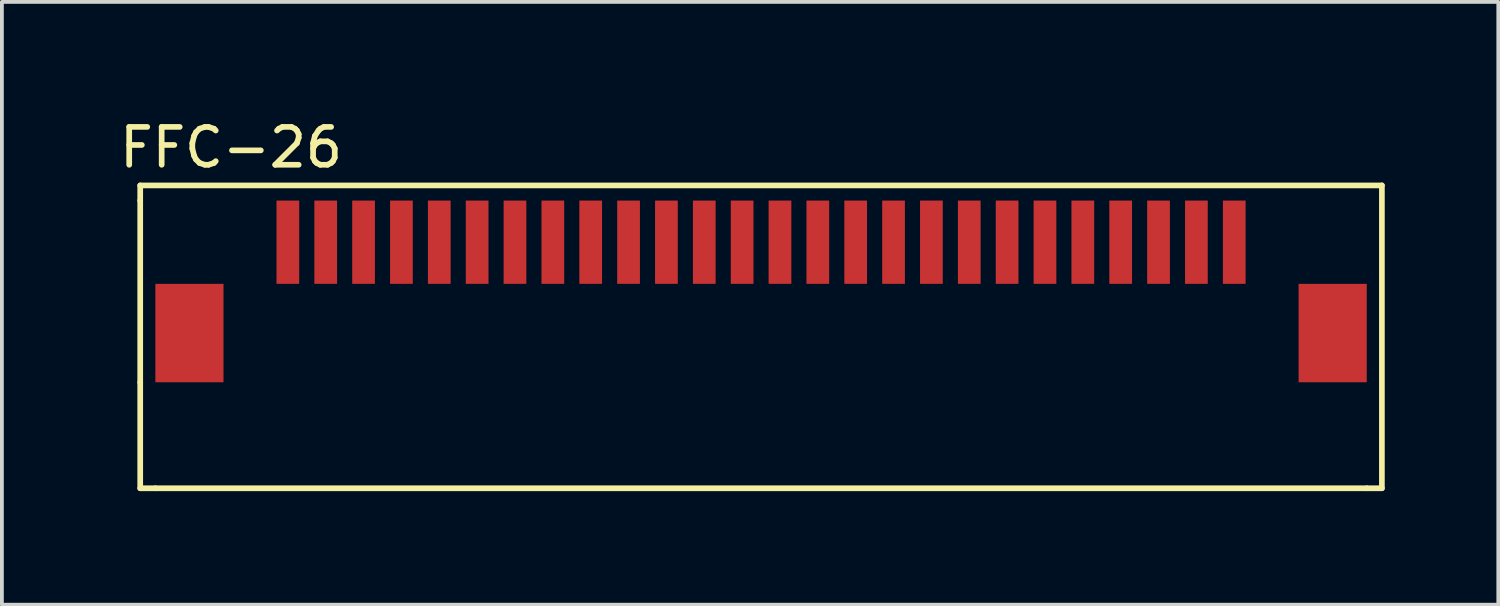
<source format=kicad_pcb>
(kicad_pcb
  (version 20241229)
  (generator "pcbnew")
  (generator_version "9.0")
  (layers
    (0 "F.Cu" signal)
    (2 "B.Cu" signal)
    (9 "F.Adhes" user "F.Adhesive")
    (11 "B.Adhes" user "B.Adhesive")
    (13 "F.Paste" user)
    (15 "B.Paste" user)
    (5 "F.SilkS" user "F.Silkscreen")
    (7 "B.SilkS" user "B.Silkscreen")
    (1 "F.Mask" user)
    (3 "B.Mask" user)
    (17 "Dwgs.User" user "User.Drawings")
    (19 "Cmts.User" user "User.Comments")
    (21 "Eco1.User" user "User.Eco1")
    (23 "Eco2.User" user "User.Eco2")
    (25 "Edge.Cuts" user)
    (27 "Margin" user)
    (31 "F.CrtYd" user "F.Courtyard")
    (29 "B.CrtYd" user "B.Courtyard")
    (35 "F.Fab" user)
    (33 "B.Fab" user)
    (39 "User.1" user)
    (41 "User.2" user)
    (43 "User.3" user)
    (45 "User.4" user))
  (footprint "FFC-26"
    (layer "F.Cu")
    (at 17.054 5.848)
    (property "Reference" "FFC-26" (at -14 -5 0) (layer "F.SilkS") (effects (font (size 1 1) (thickness 0.15))))
    (attr through_hole)
    (fp_line (start -16.4 -4) (end 16.4 -4) (stroke (width 0.15) (type solid)) (layer "F.SilkS"))
    (fp_line (start -16.4 -3.6) (end -16.4 -4) (stroke (width 0.15) (type solid)) (layer "F.SilkS"))
    (fp_line (start -16.4 1.2) (end -16.4 -3.6) (stroke (width 0.15) (type solid)) (layer "F.SilkS"))
    (fp_line (start -16.4 1.2) (end -16.4 4) (stroke (width 0.15) (type solid)) (layer "F.SilkS"))
    (fp_line (start -16.4 4) (end -16 4) (stroke (width 0.15) (type solid)) (layer "F.SilkS"))
    (fp_line (start -16 4) (end 16 4) (stroke (width 0.15) (type solid)) (layer "F.SilkS"))
    (fp_line (start 16.4 -4) (end 16.4 4) (stroke (width 0.15) (type solid)) (layer "F.SilkS"))
    (fp_line (start 16.4 4) (end 16 4) (stroke (width 0.15) (type solid)) (layer "F.SilkS"))
    (pad "1" smd rect (at 12.5 -2.5) (size 0.6 2.2) (layers "F.Cu" "F.Mask" "F.Paste"))
    (pad "2" smd rect (at 11.5 -2.5) (size 0.6 2.2) (layers "F.Cu" "F.Mask" "F.Paste"))
    (pad "3" smd rect (at 10.5 -2.5) (size 0.6 2.2) (layers "F.Cu" "F.Mask" "F.Paste"))
    (pad "4" smd rect (at 9.5 -2.5) (size 0.6 2.2) (layers "F.Cu" "F.Mask" "F.Paste"))
    (pad "5" smd rect (at 8.5 -2.5) (size 0.6 2.2) (layers "F.Cu" "F.Mask" "F.Paste"))
    (pad "6" smd rect (at 7.5 -2.5) (size 0.6 2.2) (layers "F.Cu" "F.Mask" "F.Paste"))
    (pad "7" smd rect (at 6.5 -2.5) (size 0.6 2.2) (layers "F.Cu" "F.Mask" "F.Paste"))
    (pad "8" smd rect (at 5.5 -2.5) (size 0.6 2.2) (layers "F.Cu" "F.Mask" "F.Paste"))
    (pad "9" smd rect (at 4.5 -2.5) (size 0.6 2.2) (layers "F.Cu" "F.Mask" "F.Paste"))
    (pad "10" smd rect (at 3.5 -2.5) (size 0.6 2.2) (layers "F.Cu" "F.Mask" "F.Paste"))
    (pad "11" smd rect (at 2.5 -2.5) (size 0.6 2.2) (layers "F.Cu" "F.Mask" "F.Paste"))
    (pad "12" smd rect (at 1.5 -2.5) (size 0.6 2.2) (layers "F.Cu" "F.Mask" "F.Paste"))
    (pad "13" smd rect (at 0.5 -2.5) (size 0.6 2.2) (layers "F.Cu" "F.Mask" "F.Paste"))
    (pad "14" smd rect (at -0.5 -2.5) (size 0.6 2.2) (layers "F.Cu" "F.Mask" "F.Paste"))
    (pad "15" smd rect (at -1.5 -2.5) (size 0.6 2.2) (layers "F.Cu" "F.Mask" "F.Paste"))
    (pad "16" smd rect (at -2.5 -2.5) (size 0.6 2.2) (layers "F.Cu" "F.Mask" "F.Paste"))
    (pad "17" smd rect (at -3.5 -2.5) (size 0.6 2.2) (layers "F.Cu" "F.Mask" "F.Paste"))
    (pad "18" smd rect (at -4.5 -2.5) (size 0.6 2.2) (layers "F.Cu" "F.Mask" "F.Paste"))
    (pad "19" smd rect (at -5.5 -2.5) (size 0.6 2.2) (layers "F.Cu" "F.Mask" "F.Paste"))
    (pad "20" smd rect (at -6.5 -2.5) (size 0.6 2.2) (layers "F.Cu" "F.Mask" "F.Paste"))
    (pad "21" smd rect (at -7.5 -2.5) (size 0.6 2.2) (layers "F.Cu" "F.Mask" "F.Paste"))
    (pad "22" smd rect (at -8.5 -2.5) (size 0.6 2.2) (layers "F.Cu" "F.Mask" "F.Paste"))
    (pad "23" smd rect (at -9.5 -2.5) (size 0.6 2.2) (layers "F.Cu" "F.Mask" "F.Paste"))
    (pad "24" smd rect (at -10.5 -2.5) (size 0.6 2.2) (layers "F.Cu" "F.Mask" "F.Paste"))
    (pad "25" smd rect (at -11.5 -2.5) (size 0.6 2.2) (layers "F.Cu" "F.Mask" "F.Paste"))
    (pad "26" smd rect (at -12.5 -2.5) (size 0.6 2.2) (layers "F.Cu" "F.Mask" "F.Paste"))
    (pad "27" smd rect (at -15.1 -0.1) (size 1.8 2.6) (layers "F.Cu" "F.Mask" "F.Paste"))
    (pad "28" smd rect (at 15.1 -0.1) (size 1.8 2.6) (layers "F.Cu" "F.Mask" "F.Paste")))
  (gr_rect
    (start -3 -3)
    (end 36.529 12.923)
    (stroke (width 0.1) (type default))
    (fill no)
    (layer "Edge.Cuts")))
</source>
